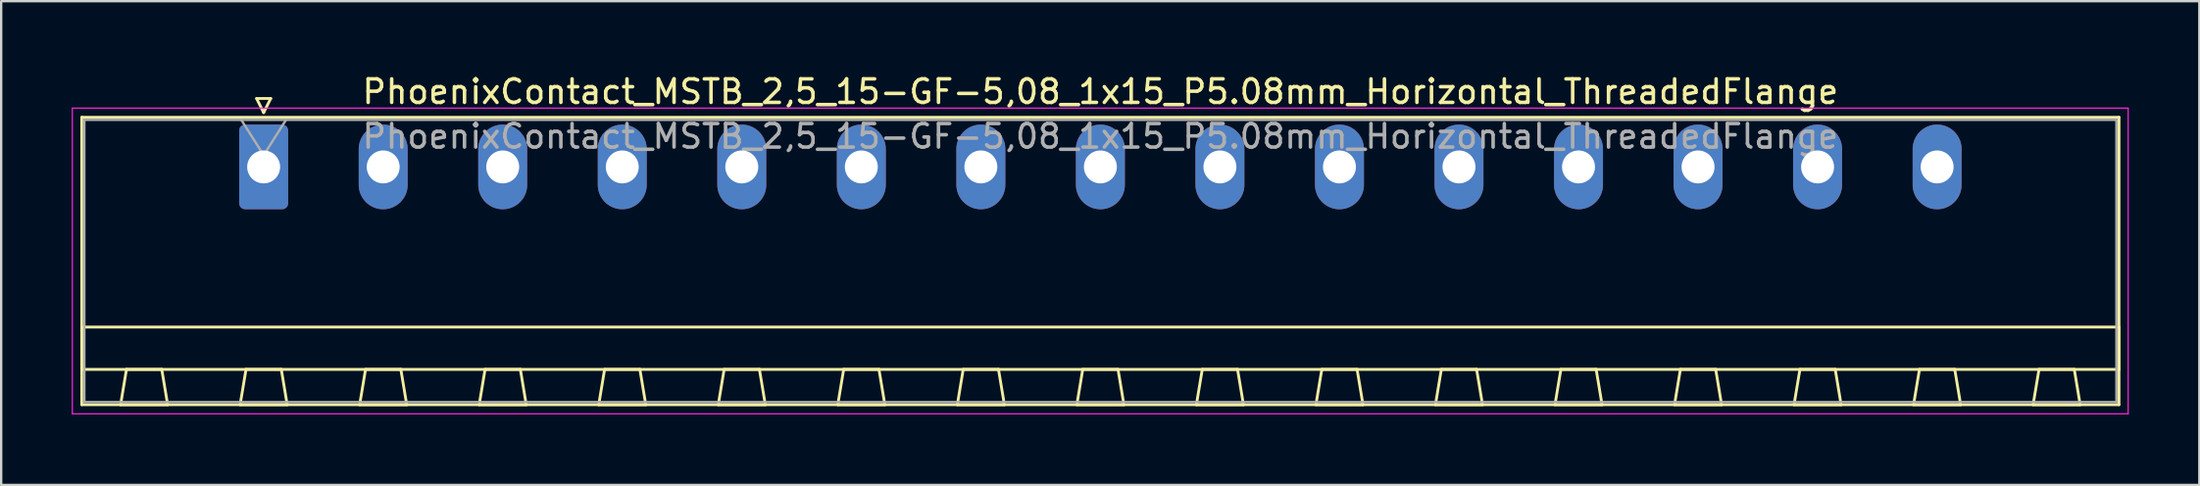
<source format=kicad_pcb>
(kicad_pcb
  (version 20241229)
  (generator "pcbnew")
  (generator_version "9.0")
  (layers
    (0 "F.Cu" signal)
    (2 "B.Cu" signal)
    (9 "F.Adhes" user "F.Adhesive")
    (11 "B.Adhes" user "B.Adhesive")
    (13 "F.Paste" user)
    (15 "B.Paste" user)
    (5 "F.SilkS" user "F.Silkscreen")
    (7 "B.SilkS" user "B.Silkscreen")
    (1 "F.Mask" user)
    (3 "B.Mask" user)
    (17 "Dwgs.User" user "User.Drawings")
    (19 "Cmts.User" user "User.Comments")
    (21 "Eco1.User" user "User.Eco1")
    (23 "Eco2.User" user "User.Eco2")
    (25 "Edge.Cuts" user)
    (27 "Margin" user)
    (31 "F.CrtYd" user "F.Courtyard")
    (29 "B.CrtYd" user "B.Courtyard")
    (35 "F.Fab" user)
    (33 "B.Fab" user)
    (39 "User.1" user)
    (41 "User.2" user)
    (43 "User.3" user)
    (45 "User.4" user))
  (footprint "PhoenixContact_MSTB_2,5_15-GF-5,08_1x15_P5.08mm_Horizontal_ThreadedFlange"
    (layer "F.Cu")
    (at 8.155 4.048)
    (property "Reference" "PhoenixContact_MSTB_2,5_15-GF-5,08_1x15_P5.08mm_Horizontal_ThreadedFlange" (at 35.56 -3.2 0) (layer "F.SilkS") (effects (font (size 1 1) (thickness 0.15))))
    (attr through_hole)
    (fp_line (start -7.73 -2.11) (end -7.73 10.11) (stroke (width 0.12) (type solid)) (layer "F.SilkS"))
    (fp_line (start -7.73 6.81) (end 78.85 6.81) (stroke (width 0.12) (type solid)) (layer "F.SilkS"))
    (fp_line (start -7.73 8.61) (end -7.73 6.81) (stroke (width 0.12) (type solid)) (layer "F.SilkS"))
    (fp_line (start -7.73 10.11) (end 78.85 10.11) (stroke (width 0.12) (type solid)) (layer "F.SilkS"))
    (fp_line (start -6.08 10.11) (end -4.08 10.11) (stroke (width 0.12) (type solid)) (layer "F.SilkS"))
    (fp_line (start -5.83 8.61) (end -6.08 10.11) (stroke (width 0.12) (type solid)) (layer "F.SilkS"))
    (fp_line (start -4.33 8.61) (end -5.83 8.61) (stroke (width 0.12) (type solid)) (layer "F.SilkS"))
    (fp_line (start -4.08 10.11) (end -4.33 8.61) (stroke (width 0.12) (type solid)) (layer "F.SilkS"))
    (fp_line (start -1 10.11) (end 1 10.11) (stroke (width 0.12) (type solid)) (layer "F.SilkS"))
    (fp_line (start -0.75 8.61) (end -1 10.11) (stroke (width 0.12) (type solid)) (layer "F.SilkS"))
    (fp_line (start -0.3 -2.91) (end 0.3 -2.91) (stroke (width 0.12) (type solid)) (layer "F.SilkS"))
    (fp_line (start 0 -2.31) (end -0.3 -2.91) (stroke (width 0.12) (type solid)) (layer "F.SilkS"))
    (fp_line (start 0.3 -2.91) (end 0 -2.31) (stroke (width 0.12) (type solid)) (layer "F.SilkS"))
    (fp_line (start 0.75 8.61) (end -0.75 8.61) (stroke (width 0.12) (type solid)) (layer "F.SilkS"))
    (fp_line (start 1 10.11) (end 0.75 8.61) (stroke (width 0.12) (type solid)) (layer "F.SilkS"))
    (fp_line (start 4.08 10.11) (end 6.08 10.11) (stroke (width 0.12) (type solid)) (layer "F.SilkS"))
    (fp_line (start 4.33 8.61) (end 4.08 10.11) (stroke (width 0.12) (type solid)) (layer "F.SilkS"))
    (fp_line (start 5.83 8.61) (end 4.33 8.61) (stroke (width 0.12) (type solid)) (layer "F.SilkS"))
    (fp_line (start 6.08 10.11) (end 5.83 8.61) (stroke (width 0.12) (type solid)) (layer "F.SilkS"))
    (fp_line (start 9.16 10.11) (end 11.16 10.11) (stroke (width 0.12) (type solid)) (layer "F.SilkS"))
    (fp_line (start 9.41 8.61) (end 9.16 10.11) (stroke (width 0.12) (type solid)) (layer "F.SilkS"))
    (fp_line (start 10.91 8.61) (end 9.41 8.61) (stroke (width 0.12) (type solid)) (layer "F.SilkS"))
    (fp_line (start 11.16 10.11) (end 10.91 8.61) (stroke (width 0.12) (type solid)) (layer "F.SilkS"))
    (fp_line (start 14.24 10.11) (end 16.24 10.11) (stroke (width 0.12) (type solid)) (layer "F.SilkS"))
    (fp_line (start 14.49 8.61) (end 14.24 10.11) (stroke (width 0.12) (type solid)) (layer "F.SilkS"))
    (fp_line (start 15.99 8.61) (end 14.49 8.61) (stroke (width 0.12) (type solid)) (layer "F.SilkS"))
    (fp_line (start 16.24 10.11) (end 15.99 8.61) (stroke (width 0.12) (type solid)) (layer "F.SilkS"))
    (fp_line (start 19.32 10.11) (end 21.32 10.11) (stroke (width 0.12) (type solid)) (layer "F.SilkS"))
    (fp_line (start 19.57 8.61) (end 19.32 10.11) (stroke (width 0.12) (type solid)) (layer "F.SilkS"))
    (fp_line (start 21.07 8.61) (end 19.57 8.61) (stroke (width 0.12) (type solid)) (layer "F.SilkS"))
    (fp_line (start 21.32 10.11) (end 21.07 8.61) (stroke (width 0.12) (type solid)) (layer "F.SilkS"))
    (fp_line (start 24.4 10.11) (end 26.4 10.11) (stroke (width 0.12) (type solid)) (layer "F.SilkS"))
    (fp_line (start 24.65 8.61) (end 24.4 10.11) (stroke (width 0.12) (type solid)) (layer "F.SilkS"))
    (fp_line (start 26.15 8.61) (end 24.65 8.61) (stroke (width 0.12) (type solid)) (layer "F.SilkS"))
    (fp_line (start 26.4 10.11) (end 26.15 8.61) (stroke (width 0.12) (type solid)) (layer "F.SilkS"))
    (fp_line (start 29.48 10.11) (end 31.48 10.11) (stroke (width 0.12) (type solid)) (layer "F.SilkS"))
    (fp_line (start 29.73 8.61) (end 29.48 10.11) (stroke (width 0.12) (type solid)) (layer "F.SilkS"))
    (fp_line (start 31.23 8.61) (end 29.73 8.61) (stroke (width 0.12) (type solid)) (layer "F.SilkS"))
    (fp_line (start 31.48 10.11) (end 31.23 8.61) (stroke (width 0.12) (type solid)) (layer "F.SilkS"))
    (fp_line (start 34.56 10.11) (end 36.56 10.11) (stroke (width 0.12) (type solid)) (layer "F.SilkS"))
    (fp_line (start 34.81 8.61) (end 34.56 10.11) (stroke (width 0.12) (type solid)) (layer "F.SilkS"))
    (fp_line (start 36.31 8.61) (end 34.81 8.61) (stroke (width 0.12) (type solid)) (layer "F.SilkS"))
    (fp_line (start 36.56 10.11) (end 36.31 8.61) (stroke (width 0.12) (type solid)) (layer "F.SilkS"))
    (fp_line (start 39.64 10.11) (end 41.64 10.11) (stroke (width 0.12) (type solid)) (layer "F.SilkS"))
    (fp_line (start 39.89 8.61) (end 39.64 10.11) (stroke (width 0.12) (type solid)) (layer "F.SilkS"))
    (fp_line (start 41.39 8.61) (end 39.89 8.61) (stroke (width 0.12) (type solid)) (layer "F.SilkS"))
    (fp_line (start 41.64 10.11) (end 41.39 8.61) (stroke (width 0.12) (type solid)) (layer "F.SilkS"))
    (fp_line (start 44.72 10.11) (end 46.72 10.11) (stroke (width 0.12) (type solid)) (layer "F.SilkS"))
    (fp_line (start 44.97 8.61) (end 44.72 10.11) (stroke (width 0.12) (type solid)) (layer "F.SilkS"))
    (fp_line (start 46.47 8.61) (end 44.97 8.61) (stroke (width 0.12) (type solid)) (layer "F.SilkS"))
    (fp_line (start 46.72 10.11) (end 46.47 8.61) (stroke (width 0.12) (type solid)) (layer "F.SilkS"))
    (fp_line (start 49.8 10.11) (end 51.8 10.11) (stroke (width 0.12) (type solid)) (layer "F.SilkS"))
    (fp_line (start 50.05 8.61) (end 49.8 10.11) (stroke (width 0.12) (type solid)) (layer "F.SilkS"))
    (fp_line (start 51.55 8.61) (end 50.05 8.61) (stroke (width 0.12) (type solid)) (layer "F.SilkS"))
    (fp_line (start 51.8 10.11) (end 51.55 8.61) (stroke (width 0.12) (type solid)) (layer "F.SilkS"))
    (fp_line (start 54.88 10.11) (end 56.88 10.11) (stroke (width 0.12) (type solid)) (layer "F.SilkS"))
    (fp_line (start 55.13 8.61) (end 54.88 10.11) (stroke (width 0.12) (type solid)) (layer "F.SilkS"))
    (fp_line (start 56.63 8.61) (end 55.13 8.61) (stroke (width 0.12) (type solid)) (layer "F.SilkS"))
    (fp_line (start 56.88 10.11) (end 56.63 8.61) (stroke (width 0.12) (type solid)) (layer "F.SilkS"))
    (fp_line (start 59.96 10.11) (end 61.96 10.11) (stroke (width 0.12) (type solid)) (layer "F.SilkS"))
    (fp_line (start 60.21 8.61) (end 59.96 10.11) (stroke (width 0.12) (type solid)) (layer "F.SilkS"))
    (fp_line (start 61.71 8.61) (end 60.21 8.61) (stroke (width 0.12) (type solid)) (layer "F.SilkS"))
    (fp_line (start 61.96 10.11) (end 61.71 8.61) (stroke (width 0.12) (type solid)) (layer "F.SilkS"))
    (fp_line (start 65.04 10.11) (end 67.04 10.11) (stroke (width 0.12) (type solid)) (layer "F.SilkS"))
    (fp_line (start 65.29 8.61) (end 65.04 10.11) (stroke (width 0.12) (type solid)) (layer "F.SilkS"))
    (fp_line (start 66.79 8.61) (end 65.29 8.61) (stroke (width 0.12) (type solid)) (layer "F.SilkS"))
    (fp_line (start 67.04 10.11) (end 66.79 8.61) (stroke (width 0.12) (type solid)) (layer "F.SilkS"))
    (fp_line (start 70.12 10.11) (end 72.12 10.11) (stroke (width 0.12) (type solid)) (layer "F.SilkS"))
    (fp_line (start 70.37 8.61) (end 70.12 10.11) (stroke (width 0.12) (type solid)) (layer "F.SilkS"))
    (fp_line (start 71.87 8.61) (end 70.37 8.61) (stroke (width 0.12) (type solid)) (layer "F.SilkS"))
    (fp_line (start 72.12 10.11) (end 71.87 8.61) (stroke (width 0.12) (type solid)) (layer "F.SilkS"))
    (fp_line (start 75.2 10.11) (end 77.2 10.11) (stroke (width 0.12) (type solid)) (layer "F.SilkS"))
    (fp_line (start 75.45 8.61) (end 75.2 10.11) (stroke (width 0.12) (type solid)) (layer "F.SilkS"))
    (fp_line (start 76.95 8.61) (end 75.45 8.61) (stroke (width 0.12) (type solid)) (layer "F.SilkS"))
    (fp_line (start 77.2 10.11) (end 76.95 8.61) (stroke (width 0.12) (type solid)) (layer "F.SilkS"))
    (fp_line (start 78.85 -2.11) (end -7.73 -2.11) (stroke (width 0.12) (type solid)) (layer "F.SilkS"))
    (fp_line (start 78.85 6.81) (end 78.85 8.61) (stroke (width 0.12) (type solid)) (layer "F.SilkS"))
    (fp_line (start 78.85 8.61) (end -7.73 8.61) (stroke (width 0.12) (type solid)) (layer "F.SilkS"))
    (fp_line (start 78.85 10.11) (end 78.85 -2.11) (stroke (width 0.12) (type solid)) (layer "F.SilkS"))
    (fp_line (start -8.13 -2.5) (end -8.13 10.5) (stroke (width 0.05) (type solid)) (layer "F.CrtYd"))
    (fp_line (start -8.13 10.5) (end 79.24 10.5) (stroke (width 0.05) (type solid)) (layer "F.CrtYd"))
    (fp_line (start 79.24 -2.5) (end -8.13 -2.5) (stroke (width 0.05) (type solid)) (layer "F.CrtYd"))
    (fp_line (start 79.24 10.5) (end 79.24 -2.5) (stroke (width 0.05) (type solid)) (layer "F.CrtYd"))
    (fp_line (start -7.62 -2) (end -7.62 10) (stroke (width 0.1) (type solid)) (layer "F.Fab"))
    (fp_line (start -7.62 10) (end 78.74 10) (stroke (width 0.1) (type solid)) (layer "F.Fab"))
    (fp_line (start 0 -0.5) (end -0.95 -2) (stroke (width 0.1) (type solid)) (layer "F.Fab"))
    (fp_line (start 0.95 -2) (end 0 -0.5) (stroke (width 0.1) (type solid)) (layer "F.Fab"))
    (fp_line (start 78.74 -2) (end -7.62 -2) (stroke (width 0.1) (type solid)) (layer "F.Fab"))
    (fp_line (start 78.74 10) (end 78.74 -2) (stroke (width 0.1) (type solid)) (layer "F.Fab"))
    (fp_text user "${REFERENCE}" (at 35.56 -1.3 0) (layer "F.Fab") (effects (font (size 1 1) (thickness 0.15))))
    (pad "1" thru_hole roundrect (at 0 0) (size 2.08 3.6) (drill 1.4) (layers "*.Cu" "*.Mask") (roundrect_rratio 0.12))
    (pad "2" thru_hole oval (at 5.08 0) (size 2.08 3.6) (drill 1.4) (layers "*.Cu" "*.Mask"))
    (pad "3" thru_hole oval (at 10.16 0) (size 2.08 3.6) (drill 1.4) (layers "*.Cu" "*.Mask"))
    (pad "4" thru_hole oval (at 15.24 0) (size 2.08 3.6) (drill 1.4) (layers "*.Cu" "*.Mask"))
    (pad "5" thru_hole oval (at 20.32 0) (size 2.08 3.6) (drill 1.4) (layers "*.Cu" "*.Mask"))
    (pad "6" thru_hole oval (at 25.4 0) (size 2.08 3.6) (drill 1.4) (layers "*.Cu" "*.Mask"))
    (pad "7" thru_hole oval (at 30.48 0) (size 2.08 3.6) (drill 1.4) (layers "*.Cu" "*.Mask"))
    (pad "8" thru_hole oval (at 35.56 0) (size 2.08 3.6) (drill 1.4) (layers "*.Cu" "*.Mask"))
    (pad "9" thru_hole oval (at 40.64 0) (size 2.08 3.6) (drill 1.4) (layers "*.Cu" "*.Mask"))
    (pad "10" thru_hole oval (at 45.72 0) (size 2.08 3.6) (drill 1.4) (layers "*.Cu" "*.Mask"))
    (pad "11" thru_hole oval (at 50.8 0) (size 2.08 3.6) (drill 1.4) (layers "*.Cu" "*.Mask"))
    (pad "12" thru_hole oval (at 55.88 0) (size 2.08 3.6) (drill 1.4) (layers "*.Cu" "*.Mask"))
    (pad "13" thru_hole oval (at 60.96 0) (size 2.08 3.6) (drill 1.4) (layers "*.Cu" "*.Mask"))
    (pad "14" thru_hole oval (at 66.04 0) (size 2.08 3.6) (drill 1.4) (layers "*.Cu" "*.Mask"))
    (pad "15" thru_hole oval (at 71.12 0) (size 2.08 3.6) (drill 1.4) (layers "*.Cu" "*.Mask")))
  (gr_rect
    (start -3 -3)
    (end 90.42 17.573)
    (stroke (width 0.1) (type default))
    (fill no)
    (layer "Edge.Cuts")))
</source>
